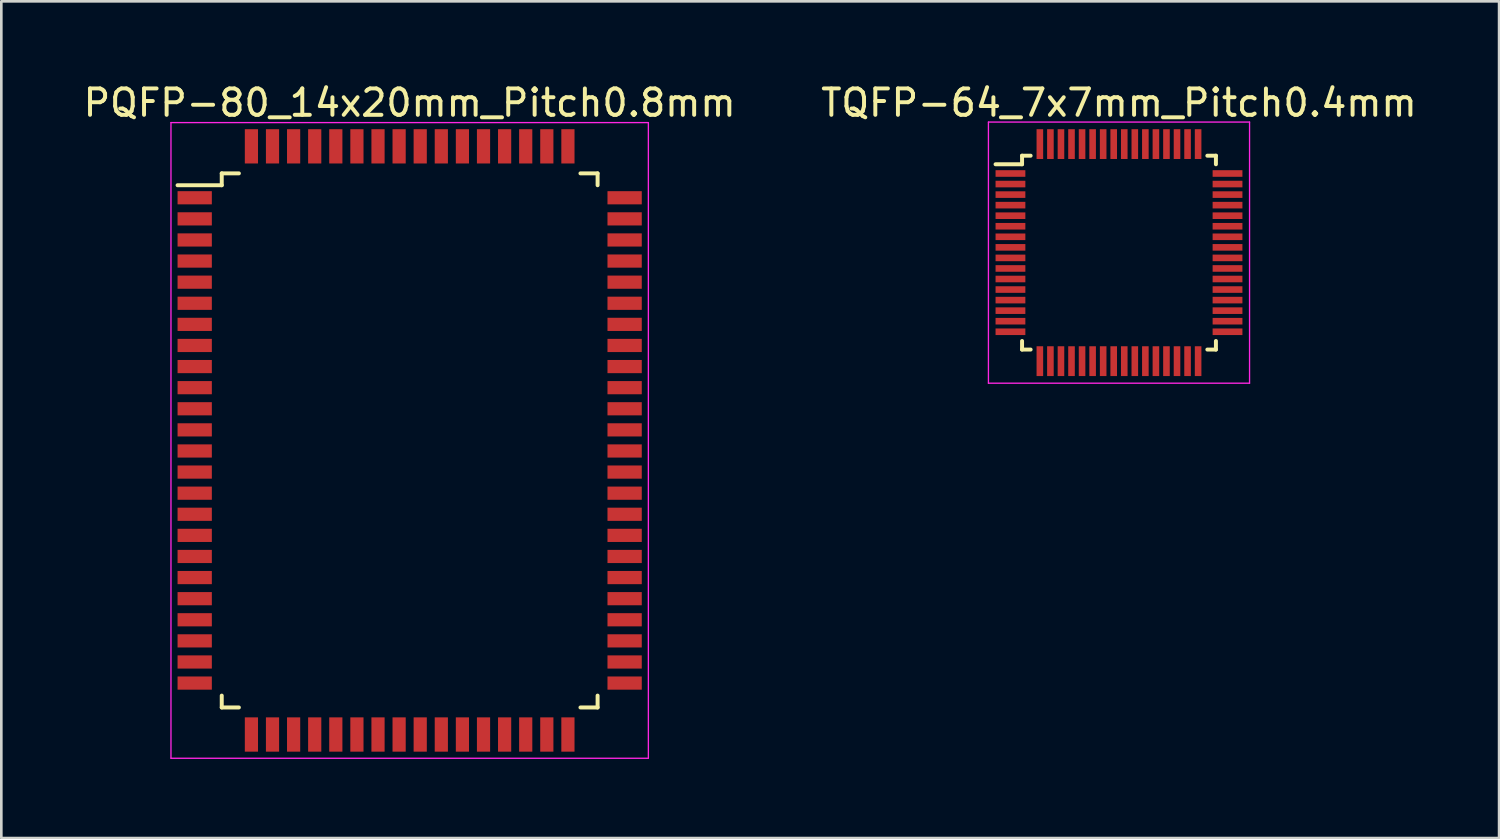
<source format=kicad_pcb>
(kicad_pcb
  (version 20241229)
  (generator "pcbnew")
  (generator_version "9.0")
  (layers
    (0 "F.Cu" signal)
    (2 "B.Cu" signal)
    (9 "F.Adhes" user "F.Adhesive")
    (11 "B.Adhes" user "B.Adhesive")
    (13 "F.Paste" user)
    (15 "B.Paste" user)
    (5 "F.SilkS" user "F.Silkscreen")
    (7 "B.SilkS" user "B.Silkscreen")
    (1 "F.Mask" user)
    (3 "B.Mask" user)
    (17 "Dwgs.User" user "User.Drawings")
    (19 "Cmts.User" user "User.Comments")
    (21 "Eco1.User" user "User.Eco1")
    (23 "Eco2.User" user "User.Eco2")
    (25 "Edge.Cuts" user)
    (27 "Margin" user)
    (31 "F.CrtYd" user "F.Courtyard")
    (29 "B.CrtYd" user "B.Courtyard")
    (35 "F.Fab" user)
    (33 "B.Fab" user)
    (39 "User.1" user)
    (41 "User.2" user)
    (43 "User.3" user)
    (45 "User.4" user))
  (footprint "TQFP-64_7x7mm_Pitch0.4mm"
    (layer "F.Cu")
    (at 39.375 6.528)
    (property "Reference" "TQFP-64_7x7mm_Pitch0.4mm" (at 0 -5.68 0) (layer "F.SilkS") (effects (font (size 1 1) (thickness 0.15))))
    (attr smd)
    (fp_line (start -3.675 -3.675) (end -3.675 -3.35) (stroke (width 0.15) (type solid)) (layer "F.SilkS"))
    (fp_line (start -3.675 -3.675) (end -3.35 -3.675) (stroke (width 0.15) (type solid)) (layer "F.SilkS"))
    (fp_line (start -3.675 -3.35) (end -4.68 -3.35) (stroke (width 0.15) (type solid)) (layer "F.SilkS"))
    (fp_line (start -3.675 3.675) (end -3.675 3.35) (stroke (width 0.15) (type solid)) (layer "F.SilkS"))
    (fp_line (start -3.675 3.675) (end -3.35 3.675) (stroke (width 0.15) (type solid)) (layer "F.SilkS"))
    (fp_line (start 3.675 -3.675) (end 3.35 -3.675) (stroke (width 0.15) (type solid)) (layer "F.SilkS"))
    (fp_line (start 3.675 -3.675) (end 3.675 -3.35) (stroke (width 0.15) (type solid)) (layer "F.SilkS"))
    (fp_line (start 3.675 3.675) (end 3.35 3.675) (stroke (width 0.15) (type solid)) (layer "F.SilkS"))
    (fp_line (start 3.675 3.675) (end 3.675 3.35) (stroke (width 0.15) (type solid)) (layer "F.SilkS"))
    (fp_line (start -4.95 -4.95) (end -4.95 4.95) (stroke (width 0.05) (type solid)) (layer "F.CrtYd"))
    (fp_line (start -4.95 -4.95) (end 4.95 -4.95) (stroke (width 0.05) (type solid)) (layer "F.CrtYd"))
    (fp_line (start -4.95 4.95) (end 4.95 4.95) (stroke (width 0.05) (type solid)) (layer "F.CrtYd"))
    (fp_line (start 4.95 -4.95) (end 4.95 4.95) (stroke (width 0.05) (type solid)) (layer "F.CrtYd"))
    (pad "1" smd rect (at -4.115 -3) (size 1.13 0.25) (layers "F.Cu" "F.Mask" "F.Paste"))
    (pad "2" smd rect (at -4.115 -2.6) (size 1.13 0.25) (layers "F.Cu" "F.Mask" "F.Paste"))
    (pad "3" smd rect (at -4.115 -2.2) (size 1.13 0.25) (layers "F.Cu" "F.Mask" "F.Paste"))
    (pad "4" smd rect (at -4.115 -1.8) (size 1.13 0.25) (layers "F.Cu" "F.Mask" "F.Paste"))
    (pad "5" smd rect (at -4.115 -1.4) (size 1.13 0.25) (layers "F.Cu" "F.Mask" "F.Paste"))
    (pad "6" smd rect (at -4.115 -1) (size 1.13 0.25) (layers "F.Cu" "F.Mask" "F.Paste"))
    (pad "7" smd rect (at -4.115 -0.6) (size 1.13 0.25) (layers "F.Cu" "F.Mask" "F.Paste"))
    (pad "8" smd rect (at -4.115 -0.2) (size 1.13 0.25) (layers "F.Cu" "F.Mask" "F.Paste"))
    (pad "9" smd rect (at -4.115 0.2) (size 1.13 0.25) (layers "F.Cu" "F.Mask" "F.Paste"))
    (pad "10" smd rect (at -4.115 0.6) (size 1.13 0.25) (layers "F.Cu" "F.Mask" "F.Paste"))
    (pad "11" smd rect (at -4.115 1) (size 1.13 0.25) (layers "F.Cu" "F.Mask" "F.Paste"))
    (pad "12" smd rect (at -4.115 1.4) (size 1.13 0.25) (layers "F.Cu" "F.Mask" "F.Paste"))
    (pad "13" smd rect (at -4.115 1.8) (size 1.13 0.25) (layers "F.Cu" "F.Mask" "F.Paste"))
    (pad "14" smd rect (at -4.115 2.2) (size 1.13 0.25) (layers "F.Cu" "F.Mask" "F.Paste"))
    (pad "15" smd rect (at -4.115 2.6) (size 1.13 0.25) (layers "F.Cu" "F.Mask" "F.Paste"))
    (pad "16" smd rect (at -4.115 3) (size 1.13 0.25) (layers "F.Cu" "F.Mask" "F.Paste"))
    (pad "17" smd rect (at -3 4.115 90) (size 1.13 0.25) (layers "F.Cu" "F.Mask" "F.Paste"))
    (pad "18" smd rect (at -2.6 4.115 90) (size 1.13 0.25) (layers "F.Cu" "F.Mask" "F.Paste"))
    (pad "19" smd rect (at -2.2 4.115 90) (size 1.13 0.25) (layers "F.Cu" "F.Mask" "F.Paste"))
    (pad "20" smd rect (at -1.8 4.115 90) (size 1.13 0.25) (layers "F.Cu" "F.Mask" "F.Paste"))
    (pad "21" smd rect (at -1.4 4.115 90) (size 1.13 0.25) (layers "F.Cu" "F.Mask" "F.Paste"))
    (pad "22" smd rect (at -1 4.115 90) (size 1.13 0.25) (layers "F.Cu" "F.Mask" "F.Paste"))
    (pad "23" smd rect (at -0.6 4.115 90) (size 1.13 0.25) (layers "F.Cu" "F.Mask" "F.Paste"))
    (pad "24" smd rect (at -0.2 4.115 90) (size 1.13 0.25) (layers "F.Cu" "F.Mask" "F.Paste"))
    (pad "25" smd rect (at 0.2 4.115 90) (size 1.13 0.25) (layers "F.Cu" "F.Mask" "F.Paste"))
    (pad "26" smd rect (at 0.6 4.115 90) (size 1.13 0.25) (layers "F.Cu" "F.Mask" "F.Paste"))
    (pad "27" smd rect (at 1 4.115 90) (size 1.13 0.25) (layers "F.Cu" "F.Mask" "F.Paste"))
    (pad "28" smd rect (at 1.4 4.115 90) (size 1.13 0.25) (layers "F.Cu" "F.Mask" "F.Paste"))
    (pad "29" smd rect (at 1.8 4.115 90) (size 1.13 0.25) (layers "F.Cu" "F.Mask" "F.Paste"))
    (pad "30" smd rect (at 2.2 4.115 90) (size 1.13 0.25) (layers "F.Cu" "F.Mask" "F.Paste"))
    (pad "31" smd rect (at 2.6 4.115 90) (size 1.13 0.25) (layers "F.Cu" "F.Mask" "F.Paste"))
    (pad "32" smd rect (at 3 4.115 90) (size 1.13 0.25) (layers "F.Cu" "F.Mask" "F.Paste"))
    (pad "33" smd rect (at 4.115 3) (size 1.13 0.25) (layers "F.Cu" "F.Mask" "F.Paste"))
    (pad "34" smd rect (at 4.115 2.6) (size 1.13 0.25) (layers "F.Cu" "F.Mask" "F.Paste"))
    (pad "35" smd rect (at 4.115 2.2) (size 1.13 0.25) (layers "F.Cu" "F.Mask" "F.Paste"))
    (pad "36" smd rect (at 4.115 1.8) (size 1.13 0.25) (layers "F.Cu" "F.Mask" "F.Paste"))
    (pad "37" smd rect (at 4.115 1.4) (size 1.13 0.25) (layers "F.Cu" "F.Mask" "F.Paste"))
    (pad "38" smd rect (at 4.115 1) (size 1.13 0.25) (layers "F.Cu" "F.Mask" "F.Paste"))
    (pad "39" smd rect (at 4.115 0.6) (size 1.13 0.25) (layers "F.Cu" "F.Mask" "F.Paste"))
    (pad "40" smd rect (at 4.115 0.2) (size 1.13 0.25) (layers "F.Cu" "F.Mask" "F.Paste"))
    (pad "41" smd rect (at 4.115 -0.2) (size 1.13 0.25) (layers "F.Cu" "F.Mask" "F.Paste"))
    (pad "42" smd rect (at 4.115 -0.6) (size 1.13 0.25) (layers "F.Cu" "F.Mask" "F.Paste"))
    (pad "43" smd rect (at 4.115 -1) (size 1.13 0.25) (layers "F.Cu" "F.Mask" "F.Paste"))
    (pad "44" smd rect (at 4.115 -1.4) (size 1.13 0.25) (layers "F.Cu" "F.Mask" "F.Paste"))
    (pad "45" smd rect (at 4.115 -1.8) (size 1.13 0.25) (layers "F.Cu" "F.Mask" "F.Paste"))
    (pad "46" smd rect (at 4.115 -2.2) (size 1.13 0.25) (layers "F.Cu" "F.Mask" "F.Paste"))
    (pad "47" smd rect (at 4.115 -2.6) (size 1.13 0.25) (layers "F.Cu" "F.Mask" "F.Paste"))
    (pad "48" smd rect (at 4.115 -3) (size 1.13 0.25) (layers "F.Cu" "F.Mask" "F.Paste"))
    (pad "49" smd rect (at 3 -4.115 90) (size 1.13 0.25) (layers "F.Cu" "F.Mask" "F.Paste"))
    (pad "50" smd rect (at 2.6 -4.115 90) (size 1.13 0.25) (layers "F.Cu" "F.Mask" "F.Paste"))
    (pad "51" smd rect (at 2.2 -4.115 90) (size 1.13 0.25) (layers "F.Cu" "F.Mask" "F.Paste"))
    (pad "52" smd rect (at 1.8 -4.115 90) (size 1.13 0.25) (layers "F.Cu" "F.Mask" "F.Paste"))
    (pad "53" smd rect (at 1.4 -4.115 90) (size 1.13 0.25) (layers "F.Cu" "F.Mask" "F.Paste"))
    (pad "54" smd rect (at 1 -4.115 90) (size 1.13 0.25) (layers "F.Cu" "F.Mask" "F.Paste"))
    (pad "55" smd rect (at 0.6 -4.115 90) (size 1.13 0.25) (layers "F.Cu" "F.Mask" "F.Paste"))
    (pad "56" smd rect (at 0.2 -4.115 90) (size 1.13 0.25) (layers "F.Cu" "F.Mask" "F.Paste"))
    (pad "57" smd rect (at -0.2 -4.115 90) (size 1.13 0.25) (layers "F.Cu" "F.Mask" "F.Paste"))
    (pad "58" smd rect (at -0.6 -4.115 90) (size 1.13 0.25) (layers "F.Cu" "F.Mask" "F.Paste"))
    (pad "59" smd rect (at -1 -4.115 90) (size 1.13 0.25) (layers "F.Cu" "F.Mask" "F.Paste"))
    (pad "60" smd rect (at -1.4 -4.115 90) (size 1.13 0.25) (layers "F.Cu" "F.Mask" "F.Paste"))
    (pad "61" smd rect (at -1.8 -4.115 90) (size 1.13 0.25) (layers "F.Cu" "F.Mask" "F.Paste"))
    (pad "62" smd rect (at -2.2 -4.115 90) (size 1.13 0.25) (layers "F.Cu" "F.Mask" "F.Paste"))
    (pad "63" smd rect (at -2.6 -4.115 90) (size 1.13 0.25) (layers "F.Cu" "F.Mask" "F.Paste"))
    (pad "64" smd rect (at -3 -4.115 90) (size 1.13 0.25) (layers "F.Cu" "F.Mask" "F.Paste")))
  (footprint "PQFP-80_14x20mm_Pitch0.8mm"
    (layer "F.Cu")
    (at 12.482 13.648)
    (property "Reference" "PQFP-80_14x20mm_Pitch0.8mm" (at 0 -12.8 0) (layer "F.SilkS") (effects (font (size 1 1) (thickness 0.15))))
    (attr smd)
    (fp_line (start -7.125 -10.125) (end -7.125 -9.675) (stroke (width 0.15) (type solid)) (layer "F.SilkS"))
    (fp_line (start -7.125 -10.125) (end -6.475 -10.125) (stroke (width 0.15) (type solid)) (layer "F.SilkS"))
    (fp_line (start -7.125 -9.675) (end -8.8 -9.675) (stroke (width 0.15) (type solid)) (layer "F.SilkS"))
    (fp_line (start -7.125 10.125) (end -7.125 9.675) (stroke (width 0.15) (type solid)) (layer "F.SilkS"))
    (fp_line (start -7.125 10.125) (end -6.475 10.125) (stroke (width 0.15) (type solid)) (layer "F.SilkS"))
    (fp_line (start 7.125 -10.125) (end 6.475 -10.125) (stroke (width 0.15) (type solid)) (layer "F.SilkS"))
    (fp_line (start 7.125 -10.125) (end 7.125 -9.675) (stroke (width 0.15) (type solid)) (layer "F.SilkS"))
    (fp_line (start 7.125 10.125) (end 6.475 10.125) (stroke (width 0.15) (type solid)) (layer "F.SilkS"))
    (fp_line (start 7.125 10.125) (end 7.125 9.675) (stroke (width 0.15) (type solid)) (layer "F.SilkS"))
    (fp_line (start -9.05 -12.05) (end -9.05 12.05) (stroke (width 0.05) (type solid)) (layer "F.CrtYd"))
    (fp_line (start -9.05 -12.05) (end 9.05 -12.05) (stroke (width 0.05) (type solid)) (layer "F.CrtYd"))
    (fp_line (start -9.05 12.05) (end 9.05 12.05) (stroke (width 0.05) (type solid)) (layer "F.CrtYd"))
    (fp_line (start 9.05 -12.05) (end 9.05 12.05) (stroke (width 0.05) (type solid)) (layer "F.CrtYd"))
    (pad "1" smd rect (at -8.15 -9.2) (size 1.3 0.5) (layers "F.Cu" "F.Mask" "F.Paste"))
    (pad "2" smd rect (at -8.15 -8.4) (size 1.3 0.5) (layers "F.Cu" "F.Mask" "F.Paste"))
    (pad "3" smd rect (at -8.15 -7.6) (size 1.3 0.5) (layers "F.Cu" "F.Mask" "F.Paste"))
    (pad "4" smd rect (at -8.15 -6.8) (size 1.3 0.5) (layers "F.Cu" "F.Mask" "F.Paste"))
    (pad "5" smd rect (at -8.15 -6) (size 1.3 0.5) (layers "F.Cu" "F.Mask" "F.Paste"))
    (pad "6" smd rect (at -8.15 -5.2) (size 1.3 0.5) (layers "F.Cu" "F.Mask" "F.Paste"))
    (pad "7" smd rect (at -8.15 -4.4) (size 1.3 0.5) (layers "F.Cu" "F.Mask" "F.Paste"))
    (pad "8" smd rect (at -8.15 -3.6) (size 1.3 0.5) (layers "F.Cu" "F.Mask" "F.Paste"))
    (pad "9" smd rect (at -8.15 -2.8) (size 1.3 0.5) (layers "F.Cu" "F.Mask" "F.Paste"))
    (pad "10" smd rect (at -8.15 -2) (size 1.3 0.5) (layers "F.Cu" "F.Mask" "F.Paste"))
    (pad "11" smd rect (at -8.15 -1.2) (size 1.3 0.5) (layers "F.Cu" "F.Mask" "F.Paste"))
    (pad "12" smd rect (at -8.15 -0.4) (size 1.3 0.5) (layers "F.Cu" "F.Mask" "F.Paste"))
    (pad "13" smd rect (at -8.15 0.4) (size 1.3 0.5) (layers "F.Cu" "F.Mask" "F.Paste"))
    (pad "14" smd rect (at -8.15 1.2) (size 1.3 0.5) (layers "F.Cu" "F.Mask" "F.Paste"))
    (pad "15" smd rect (at -8.15 2) (size 1.3 0.5) (layers "F.Cu" "F.Mask" "F.Paste"))
    (pad "16" smd rect (at -8.15 2.8) (size 1.3 0.5) (layers "F.Cu" "F.Mask" "F.Paste"))
    (pad "17" smd rect (at -8.15 3.6) (size 1.3 0.5) (layers "F.Cu" "F.Mask" "F.Paste"))
    (pad "18" smd rect (at -8.15 4.4) (size 1.3 0.5) (layers "F.Cu" "F.Mask" "F.Paste"))
    (pad "19" smd rect (at -8.15 5.2) (size 1.3 0.5) (layers "F.Cu" "F.Mask" "F.Paste"))
    (pad "20" smd rect (at -8.15 6) (size 1.3 0.5) (layers "F.Cu" "F.Mask" "F.Paste"))
    (pad "21" smd rect (at -8.15 6.8) (size 1.3 0.5) (layers "F.Cu" "F.Mask" "F.Paste"))
    (pad "22" smd rect (at -8.15 7.6) (size 1.3 0.5) (layers "F.Cu" "F.Mask" "F.Paste"))
    (pad "23" smd rect (at -8.15 8.4) (size 1.3 0.5) (layers "F.Cu" "F.Mask" "F.Paste"))
    (pad "24" smd rect (at -8.15 9.2) (size 1.3 0.5) (layers "F.Cu" "F.Mask" "F.Paste"))
    (pad "25" smd rect (at -6 11.15 90) (size 1.3 0.5) (layers "F.Cu" "F.Mask" "F.Paste"))
    (pad "26" smd rect (at -5.2 11.15 90) (size 1.3 0.5) (layers "F.Cu" "F.Mask" "F.Paste"))
    (pad "27" smd rect (at -4.4 11.15 90) (size 1.3 0.5) (layers "F.Cu" "F.Mask" "F.Paste"))
    (pad "28" smd rect (at -3.6 11.15 90) (size 1.3 0.5) (layers "F.Cu" "F.Mask" "F.Paste"))
    (pad "29" smd rect (at -2.8 11.15 90) (size 1.3 0.5) (layers "F.Cu" "F.Mask" "F.Paste"))
    (pad "30" smd rect (at -2 11.15 90) (size 1.3 0.5) (layers "F.Cu" "F.Mask" "F.Paste"))
    (pad "31" smd rect (at -1.2 11.15 90) (size 1.3 0.5) (layers "F.Cu" "F.Mask" "F.Paste"))
    (pad "32" smd rect (at -0.4 11.15 90) (size 1.3 0.5) (layers "F.Cu" "F.Mask" "F.Paste"))
    (pad "33" smd rect (at 0.4 11.15 90) (size 1.3 0.5) (layers "F.Cu" "F.Mask" "F.Paste"))
    (pad "34" smd rect (at 1.2 11.15 90) (size 1.3 0.5) (layers "F.Cu" "F.Mask" "F.Paste"))
    (pad "35" smd rect (at 2 11.15 90) (size 1.3 0.5) (layers "F.Cu" "F.Mask" "F.Paste"))
    (pad "36" smd rect (at 2.8 11.15 90) (size 1.3 0.5) (layers "F.Cu" "F.Mask" "F.Paste"))
    (pad "37" smd rect (at 3.6 11.15 90) (size 1.3 0.5) (layers "F.Cu" "F.Mask" "F.Paste"))
    (pad "38" smd rect (at 4.4 11.15 90) (size 1.3 0.5) (layers "F.Cu" "F.Mask" "F.Paste"))
    (pad "39" smd rect (at 5.2 11.15 90) (size 1.3 0.5) (layers "F.Cu" "F.Mask" "F.Paste"))
    (pad "40" smd rect (at 6 11.15 90) (size 1.3 0.5) (layers "F.Cu" "F.Mask" "F.Paste"))
    (pad "41" smd rect (at 8.15 9.2) (size 1.3 0.5) (layers "F.Cu" "F.Mask" "F.Paste"))
    (pad "42" smd rect (at 8.15 8.4) (size 1.3 0.5) (layers "F.Cu" "F.Mask" "F.Paste"))
    (pad "43" smd rect (at 8.15 7.6) (size 1.3 0.5) (layers "F.Cu" "F.Mask" "F.Paste"))
    (pad "44" smd rect (at 8.15 6.8) (size 1.3 0.5) (layers "F.Cu" "F.Mask" "F.Paste"))
    (pad "45" smd rect (at 8.15 6) (size 1.3 0.5) (layers "F.Cu" "F.Mask" "F.Paste"))
    (pad "46" smd rect (at 8.15 5.2) (size 1.3 0.5) (layers "F.Cu" "F.Mask" "F.Paste"))
    (pad "47" smd rect (at 8.15 4.4) (size 1.3 0.5) (layers "F.Cu" "F.Mask" "F.Paste"))
    (pad "48" smd rect (at 8.15 3.6) (size 1.3 0.5) (layers "F.Cu" "F.Mask" "F.Paste"))
    (pad "49" smd rect (at 8.15 2.8) (size 1.3 0.5) (layers "F.Cu" "F.Mask" "F.Paste"))
    (pad "50" smd rect (at 8.15 2) (size 1.3 0.5) (layers "F.Cu" "F.Mask" "F.Paste"))
    (pad "51" smd rect (at 8.15 1.2) (size 1.3 0.5) (layers "F.Cu" "F.Mask" "F.Paste"))
    (pad "52" smd rect (at 8.15 0.4) (size 1.3 0.5) (layers "F.Cu" "F.Mask" "F.Paste"))
    (pad "53" smd rect (at 8.15 -0.4) (size 1.3 0.5) (layers "F.Cu" "F.Mask" "F.Paste"))
    (pad "54" smd rect (at 8.15 -1.2) (size 1.3 0.5) (layers "F.Cu" "F.Mask" "F.Paste"))
    (pad "55" smd rect (at 8.15 -2) (size 1.3 0.5) (layers "F.Cu" "F.Mask" "F.Paste"))
    (pad "56" smd rect (at 8.15 -2.8) (size 1.3 0.5) (layers "F.Cu" "F.Mask" "F.Paste"))
    (pad "57" smd rect (at 8.15 -3.6) (size 1.3 0.5) (layers "F.Cu" "F.Mask" "F.Paste"))
    (pad "58" smd rect (at 8.15 -4.4) (size 1.3 0.5) (layers "F.Cu" "F.Mask" "F.Paste"))
    (pad "59" smd rect (at 8.15 -5.2) (size 1.3 0.5) (layers "F.Cu" "F.Mask" "F.Paste"))
    (pad "60" smd rect (at 8.15 -6) (size 1.3 0.5) (layers "F.Cu" "F.Mask" "F.Paste"))
    (pad "61" smd rect (at 8.15 -6.8) (size 1.3 0.5) (layers "F.Cu" "F.Mask" "F.Paste"))
    (pad "62" smd rect (at 8.15 -7.6) (size 1.3 0.5) (layers "F.Cu" "F.Mask" "F.Paste"))
    (pad "63" smd rect (at 8.15 -8.4) (size 1.3 0.5) (layers "F.Cu" "F.Mask" "F.Paste"))
    (pad "64" smd rect (at 8.15 -9.2) (size 1.3 0.5) (layers "F.Cu" "F.Mask" "F.Paste"))
    (pad "65" smd rect (at 6 -11.15 90) (size 1.3 0.5) (layers "F.Cu" "F.Mask" "F.Paste"))
    (pad "66" smd rect (at 5.2 -11.15 90) (size 1.3 0.5) (layers "F.Cu" "F.Mask" "F.Paste"))
    (pad "67" smd rect (at 4.4 -11.15 90) (size 1.3 0.5) (layers "F.Cu" "F.Mask" "F.Paste"))
    (pad "68" smd rect (at 3.6 -11.15 90) (size 1.3 0.5) (layers "F.Cu" "F.Mask" "F.Paste"))
    (pad "69" smd rect (at 2.8 -11.15 90) (size 1.3 0.5) (layers "F.Cu" "F.Mask" "F.Paste"))
    (pad "70" smd rect (at 2 -11.15 90) (size 1.3 0.5) (layers "F.Cu" "F.Mask" "F.Paste"))
    (pad "71" smd rect (at 1.2 -11.15 90) (size 1.3 0.5) (layers "F.Cu" "F.Mask" "F.Paste"))
    (pad "72" smd rect (at 0.4 -11.15 90) (size 1.3 0.5) (layers "F.Cu" "F.Mask" "F.Paste"))
    (pad "73" smd rect (at -0.4 -11.15 90) (size 1.3 0.5) (layers "F.Cu" "F.Mask" "F.Paste"))
    (pad "74" smd rect (at -1.2 -11.15 90) (size 1.3 0.5) (layers "F.Cu" "F.Mask" "F.Paste"))
    (pad "75" smd rect (at -2 -11.15 90) (size 1.3 0.5) (layers "F.Cu" "F.Mask" "F.Paste"))
    (pad "76" smd rect (at -2.8 -11.15 90) (size 1.3 0.5) (layers "F.Cu" "F.Mask" "F.Paste"))
    (pad "77" smd rect (at -3.6 -11.15 90) (size 1.3 0.5) (layers "F.Cu" "F.Mask" "F.Paste"))
    (pad "78" smd rect (at -4.4 -11.15 90) (size 1.3 0.5) (layers "F.Cu" "F.Mask" "F.Paste"))
    (pad "79" smd rect (at -5.2 -11.15 90) (size 1.3 0.5) (layers "F.Cu" "F.Mask" "F.Paste"))
    (pad "80" smd rect (at -6 -11.15 90) (size 1.3 0.5) (layers "F.Cu" "F.Mask" "F.Paste")))
  (gr_rect
    (start -3 -3)
    (end 53.786 28.723)
    (stroke (width 0.1) (type default))
    (fill no)
    (layer "Edge.Cuts")))
</source>
